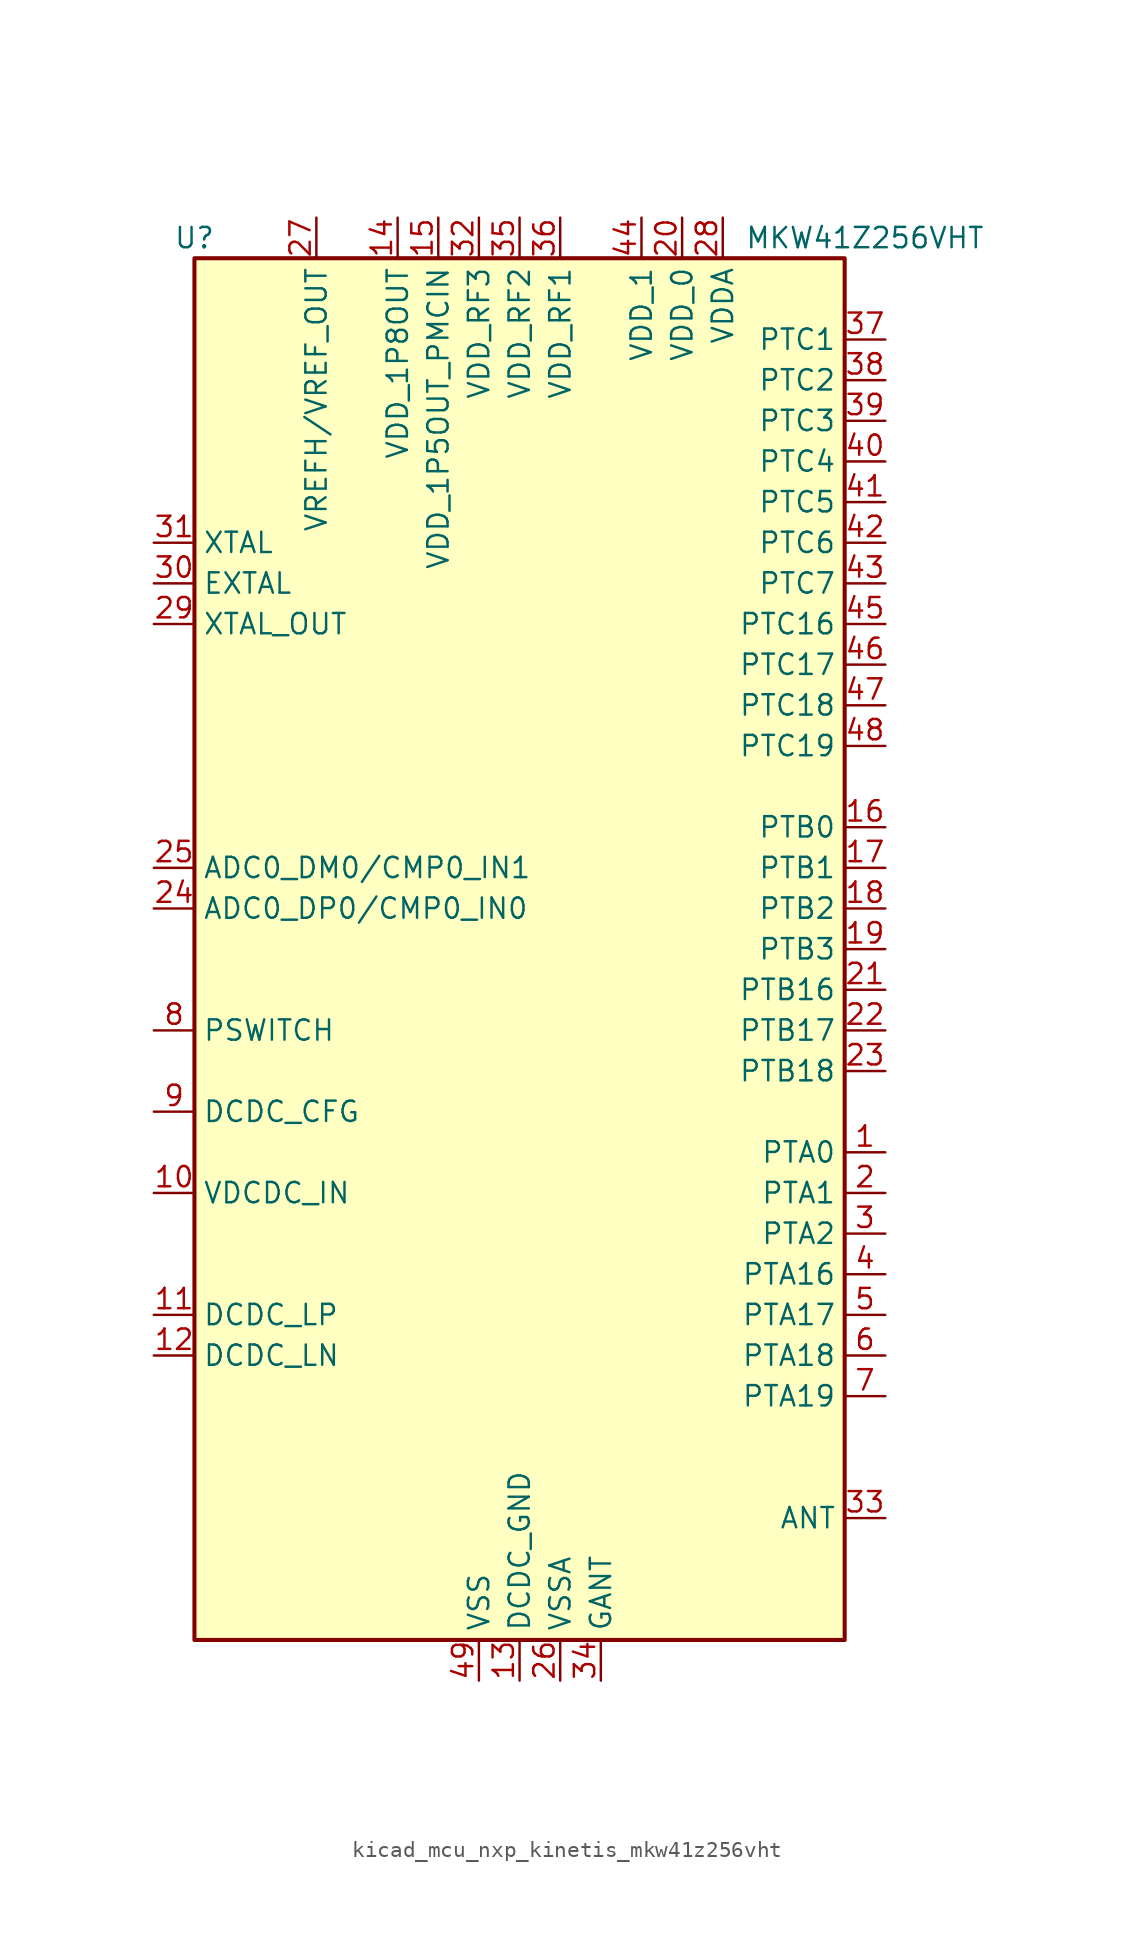
<source format=kicad_sym>
(kicad_symbol_lib
  (version 20220914)
  (generator kicad_symbol_editor)
  (symbol "kicad_mcu_nxp_kinetis_mkw41z256vht"
    (property "Reference" "U"
      (at -20.32 44.45 0)
      (effects (font (size 1.27 1.27))))
    (property "Value" "MKW41Z256VHT"
      (at 21.59 44.45 0)
      (effects (font (size 1.27 1.27))))
    (symbol "kicad_mcu_nxp_kinetis_mkw41z256vht_0_0"
      (pin bidirectional line (at 22.86 -12.7 180) (length 2.54) (name "PTA0" (effects (font (size 1.27 1.27)))) (number "1" (effects (font (size 1.27 1.27)))))
      (pin power_in line (at -22.86 -15.24 0) (length 2.54) (name "VDCDC_IN" (effects (font (size 1.27 1.27)))) (number "10" (effects (font (size 1.27 1.27)))))
      (pin passive line (at -22.86 -22.86 0) (length 2.54) (name "DCDC_LP" (effects (font (size 1.27 1.27)))) (number "11" (effects (font (size 1.27 1.27)))))
      (pin passive line (at -22.86 -25.4 0) (length 2.54) (name "DCDC_LN" (effects (font (size 1.27 1.27)))) (number "12" (effects (font (size 1.27 1.27)))))
      (pin power_in line (at 0 -45.72 90) (length 2.54) (name "DCDC_GND" (effects (font (size 1.27 1.27)))) (number "13" (effects (font (size 1.27 1.27)))))
      (pin power_out line (at -7.62 45.72 270) (length 2.54) (name "VDD_1P8OUT" (effects (font (size 1.27 1.27)))) (number "14" (effects (font (size 1.27 1.27)))))
      (pin power_out line (at -5.08 45.72 270) (length 2.54) (name "VDD_1P5OUT_PMCIN" (effects (font (size 1.27 1.27)))) (number "15" (effects (font (size 1.27 1.27)))))
      (pin bidirectional line (at 22.86 7.62 180) (length 2.54) (name "PTB0" (effects (font (size 1.27 1.27)))) (number "16" (effects (font (size 1.27 1.27)))))
      (pin bidirectional line (at 22.86 5.08 180) (length 2.54) (name "PTB1" (effects (font (size 1.27 1.27)))) (number "17" (effects (font (size 1.27 1.27)))))
      (pin bidirectional line (at 22.86 2.54 180) (length 2.54) (name "PTB2" (effects (font (size 1.27 1.27)))) (number "18" (effects (font (size 1.27 1.27)))))
      (pin bidirectional line (at 22.86 0 180) (length 2.54) (name "PTB3" (effects (font (size 1.27 1.27)))) (number "19" (effects (font (size 1.27 1.27)))))
      (pin bidirectional line (at 22.86 -15.24 180) (length 2.54) (name "PTA1" (effects (font (size 1.27 1.27)))) (number "2" (effects (font (size 1.27 1.27)))))
      (pin power_in line (at 10.16 45.72 270) (length 2.54) (name "VDD_0" (effects (font (size 1.27 1.27)))) (number "20" (effects (font (size 1.27 1.27)))))
      (pin bidirectional line (at 22.86 -2.54 180) (length 2.54) (name "PTB16" (effects (font (size 1.27 1.27)))) (number "21" (effects (font (size 1.27 1.27)))))
      (pin bidirectional line (at 22.86 -5.08 180) (length 2.54) (name "PTB17" (effects (font (size 1.27 1.27)))) (number "22" (effects (font (size 1.27 1.27)))))
      (pin bidirectional line (at 22.86 -7.62 180) (length 2.54) (name "PTB18" (effects (font (size 1.27 1.27)))) (number "23" (effects (font (size 1.27 1.27)))))
      (pin input line (at -22.86 2.54 0) (length 2.54) (name "ADC0_DP0/CMP0_IN0" (effects (font (size 1.27 1.27)))) (number "24" (effects (font (size 1.27 1.27)))))
      (pin input line (at -22.86 5.08 0) (length 2.54) (name "ADC0_DM0/CMP0_IN1" (effects (font (size 1.27 1.27)))) (number "25" (effects (font (size 1.27 1.27)))))
      (pin power_in line (at 2.54 -45.72 90) (length 2.54) (name "VSSA" (effects (font (size 1.27 1.27)))) (number "26" (effects (font (size 1.27 1.27)))))
      (pin bidirectional line (at -12.7 45.72 270) (length 2.54) (name "VREFH/VREF_OUT" (effects (font (size 1.27 1.27)))) (number "27" (effects (font (size 1.27 1.27)))))
      (pin power_in line (at 12.7 45.72 270) (length 2.54) (name "VDDA" (effects (font (size 1.27 1.27)))) (number "28" (effects (font (size 1.27 1.27)))))
      (pin output line (at -22.86 20.32 0) (length 2.54) (name "XTAL_OUT" (effects (font (size 1.27 1.27)))) (number "29" (effects (font (size 1.27 1.27)))))
      (pin bidirectional line (at 22.86 -17.78 180) (length 2.54) (name "PTA2" (effects (font (size 1.27 1.27)))) (number "3" (effects (font (size 1.27 1.27)))))
      (pin input line (at -22.86 22.86 0) (length 2.54) (name "EXTAL" (effects (font (size 1.27 1.27)))) (number "30" (effects (font (size 1.27 1.27)))))
      (pin input line (at -22.86 25.4 0) (length 2.54) (name "XTAL" (effects (font (size 1.27 1.27)))) (number "31" (effects (font (size 1.27 1.27)))))
      (pin power_in line (at -2.54 45.72 270) (length 2.54) (name "VDD_RF3" (effects (font (size 1.27 1.27)))) (number "32" (effects (font (size 1.27 1.27)))))
      (pin passive line (at 22.86 -35.56 180) (length 2.54) (name "ANT" (effects (font (size 1.27 1.27)))) (number "33" (effects (font (size 1.27 1.27)))))
      (pin power_in line (at 5.08 -45.72 90) (length 2.54) (name "GANT" (effects (font (size 1.27 1.27)))) (number "34" (effects (font (size 1.27 1.27)))))
      (pin power_in line (at 0 45.72 270) (length 2.54) (name "VDD_RF2" (effects (font (size 1.27 1.27)))) (number "35" (effects (font (size 1.27 1.27)))))
      (pin power_in line (at 2.54 45.72 270) (length 2.54) (name "VDD_RF1" (effects (font (size 1.27 1.27)))) (number "36" (effects (font (size 1.27 1.27)))))
      (pin bidirectional line (at 22.86 38.1 180) (length 2.54) (name "PTC1" (effects (font (size 1.27 1.27)))) (number "37" (effects (font (size 1.27 1.27)))))
      (pin bidirectional line (at 22.86 35.56 180) (length 2.54) (name "PTC2" (effects (font (size 1.27 1.27)))) (number "38" (effects (font (size 1.27 1.27)))))
      (pin bidirectional line (at 22.86 33.02 180) (length 2.54) (name "PTC3" (effects (font (size 1.27 1.27)))) (number "39" (effects (font (size 1.27 1.27)))))
      (pin bidirectional line (at 22.86 -20.32 180) (length 2.54) (name "PTA16" (effects (font (size 1.27 1.27)))) (number "4" (effects (font (size 1.27 1.27)))))
      (pin bidirectional line (at 22.86 30.48 180) (length 2.54) (name "PTC4" (effects (font (size 1.27 1.27)))) (number "40" (effects (font (size 1.27 1.27)))))
      (pin bidirectional line (at 22.86 27.94 180) (length 2.54) (name "PTC5" (effects (font (size 1.27 1.27)))) (number "41" (effects (font (size 1.27 1.27)))))
      (pin bidirectional line (at 22.86 25.4 180) (length 2.54) (name "PTC6" (effects (font (size 1.27 1.27)))) (number "42" (effects (font (size 1.27 1.27)))))
      (pin bidirectional line (at 22.86 22.86 180) (length 2.54) (name "PTC7" (effects (font (size 1.27 1.27)))) (number "43" (effects (font (size 1.27 1.27)))))
      (pin power_in line (at 7.62 45.72 270) (length 2.54) (name "VDD_1" (effects (font (size 1.27 1.27)))) (number "44" (effects (font (size 1.27 1.27)))))
      (pin bidirectional line (at 22.86 20.32 180) (length 2.54) (name "PTC16" (effects (font (size 1.27 1.27)))) (number "45" (effects (font (size 1.27 1.27)))))
      (pin bidirectional line (at 22.86 17.78 180) (length 2.54) (name "PTC17" (effects (font (size 1.27 1.27)))) (number "46" (effects (font (size 1.27 1.27)))))
      (pin bidirectional line (at 22.86 15.24 180) (length 2.54) (name "PTC18" (effects (font (size 1.27 1.27)))) (number "47" (effects (font (size 1.27 1.27)))))
      (pin bidirectional line (at 22.86 12.7 180) (length 2.54) (name "PTC19" (effects (font (size 1.27 1.27)))) (number "48" (effects (font (size 1.27 1.27)))))
      (pin power_in line (at -2.54 -45.72 90) (length 2.54) (name "VSS" (effects (font (size 1.27 1.27)))) (number "49" (effects (font (size 1.27 1.27)))))
      (pin bidirectional line (at 22.86 -22.86 180) (length 2.54) (name "PTA17" (effects (font (size 1.27 1.27)))) (number "5" (effects (font (size 1.27 1.27)))))
      (pin bidirectional line (at 22.86 -25.4 180) (length 2.54) (name "PTA18" (effects (font (size 1.27 1.27)))) (number "6" (effects (font (size 1.27 1.27)))))
      (pin bidirectional line (at 22.86 -27.94 180) (length 2.54) (name "PTA19" (effects (font (size 1.27 1.27)))) (number "7" (effects (font (size 1.27 1.27)))))
      (pin input line (at -22.86 -5.08 0) (length 2.54) (name "PSWITCH" (effects (font (size 1.27 1.27)))) (number "8" (effects (font (size 1.27 1.27)))))
      (pin input line (at -22.86 -10.16 0) (length 2.54) (name "DCDC_CFG" (effects (font (size 1.27 1.27)))) (number "9" (effects (font (size 1.27 1.27))))))
    (symbol "kicad_mcu_nxp_kinetis_mkw41z256vht_0_1"
      (rectangle (start -20.32 -43.18) (end 20.32 43.18) (stroke (width 0.254) (type default)) (fill (type background))))))
</source>
